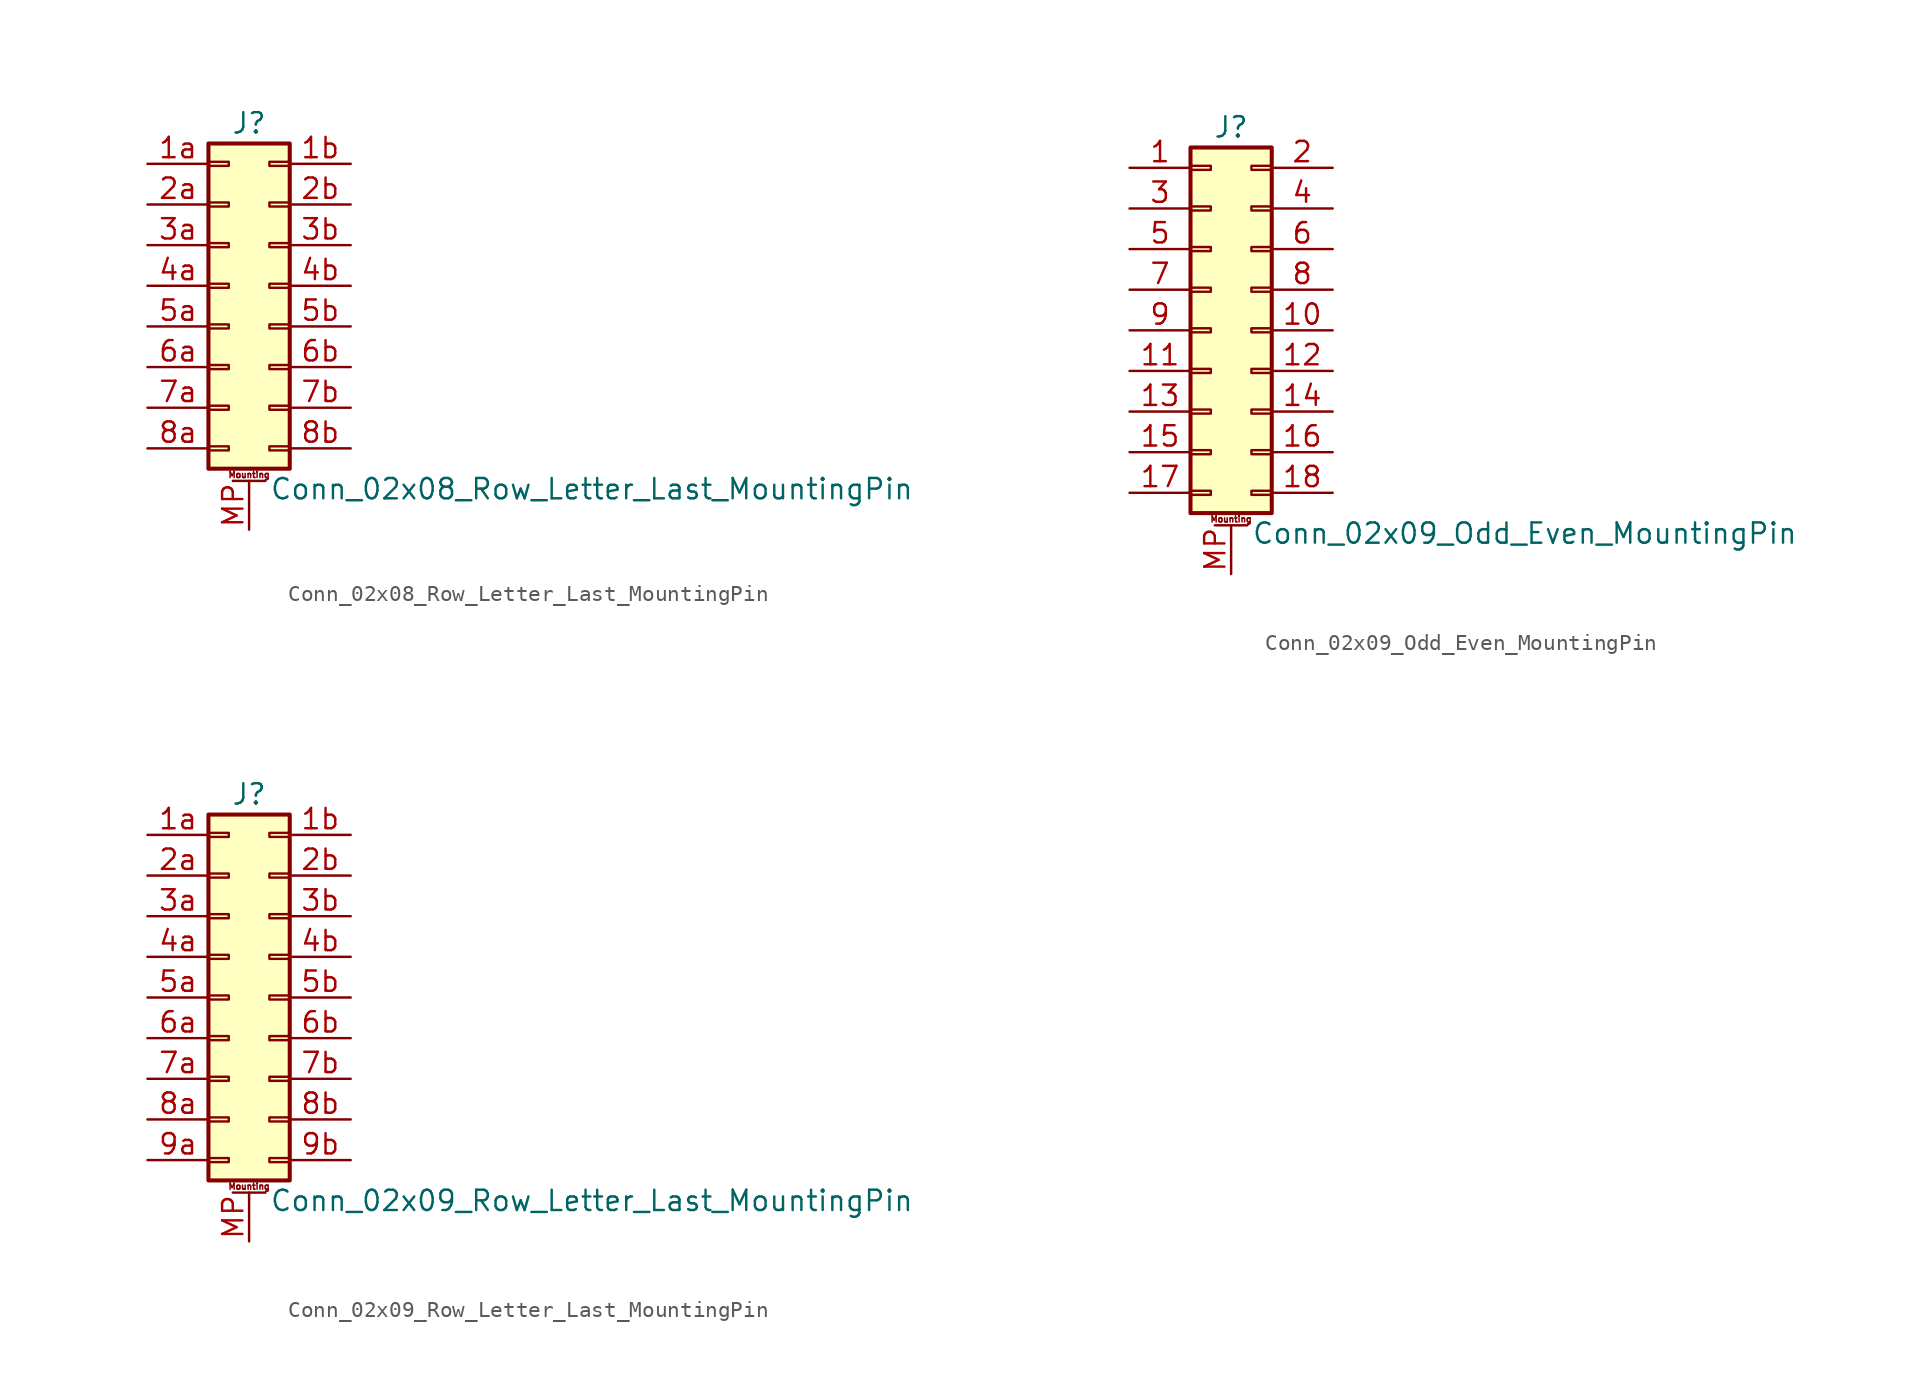
<source format=kicad_sym>
(kicad_symbol_lib
  (version 20201005)
  (generator kicad_symbol_editor)
  (symbol "Connector_Generic_MountingPin:Conn_02x08_Row_Letter_Last_MountingPin"
    (pin_names
      (offset 1.016) hide)
    (property "Reference" "J"
      (at 1.27 10.16 0)
      (effects (font (size 1.27 1.27))))
    (property "Value" "Conn_02x08_Row_Letter_Last_MountingPin"
      (at 2.54 -12.7 0)
      (effects (font (size 1.27 1.27)) (justify left)))
    (symbol "Conn_02x08_Row_Letter_Last_MountingPin_1_1"
      (text "Mounting" (at 1.27 -11.811 0) (effects (font (size 0.381 0.381))))
      (rectangle (start -1.27 -4.953) (end 0 -5.207) (stroke (width 0.152)) (fill (type none)))
      (rectangle (start -1.27 -7.493) (end 0 -7.747) (stroke (width 0.152)) (fill (type none)))
      (rectangle (start -1.27 -10.033) (end 0 -10.287) (stroke (width 0.152)) (fill (type none)))
      (rectangle (start -1.27 -2.413) (end 0 -2.667) (stroke (width 0.152)) (fill (type none)))
      (rectangle (start -1.27 2.667) (end 0 2.413) (stroke (width 0.152)) (fill (type none)))
      (rectangle (start -1.27 5.207) (end 0 4.953) (stroke (width 0.152)) (fill (type none)))
      (rectangle (start -1.27 7.747) (end 0 7.493) (stroke (width 0.152)) (fill (type none)))
      (rectangle (start -1.27 8.89) (end 3.81 -11.43) (stroke (width 0.254)) (fill (type background)))
      (rectangle (start -1.27 0.127) (end 0 -0.127) (stroke (width 0.152)) (fill (type none)))
      (rectangle (start 3.81 -4.953) (end 2.54 -5.207) (stroke (width 0.152)) (fill (type none)))
      (rectangle (start 3.81 -7.493) (end 2.54 -7.747) (stroke (width 0.152)) (fill (type none)))
      (rectangle (start 3.81 -10.033) (end 2.54 -10.287) (stroke (width 0.152)) (fill (type none)))
      (rectangle (start 3.81 -2.413) (end 2.54 -2.667) (stroke (width 0.152)) (fill (type none)))
      (rectangle (start 3.81 2.667) (end 2.54 2.413) (stroke (width 0.152)) (fill (type none)))
      (rectangle (start 3.81 5.207) (end 2.54 4.953) (stroke (width 0.152)) (fill (type none)))
      (rectangle (start 3.81 7.747) (end 2.54 7.493) (stroke (width 0.152)) (fill (type none)))
      (rectangle (start 3.81 0.127) (end 2.54 -0.127) (stroke (width 0.152)) (fill (type none)))
      (polyline (pts (xy 0.254 -12.192) (xy 2.286 -12.192)) (stroke (width 0.152)) (fill (type none)))
      (pin passive line (at 1.27 -15.24 90) (length 3.048) (name "MountPin" (effects (font (size 1.27 1.27)))) (number "MP" (effects (font (size 1.27 1.27)))))
      (pin passive line (at -5.08 7.62 0) (length 3.81) (name "Pin_1a" (effects (font (size 1.27 1.27)))) (number "1a" (effects (font (size 1.27 1.27)))))
      (pin passive line (at 7.62 7.62 180) (length 3.81) (name "Pin_1b" (effects (font (size 1.27 1.27)))) (number "1b" (effects (font (size 1.27 1.27)))))
      (pin passive line (at -5.08 5.08 0) (length 3.81) (name "Pin_2a" (effects (font (size 1.27 1.27)))) (number "2a" (effects (font (size 1.27 1.27)))))
      (pin passive line (at 7.62 5.08 180) (length 3.81) (name "Pin_2b" (effects (font (size 1.27 1.27)))) (number "2b" (effects (font (size 1.27 1.27)))))
      (pin passive line (at -5.08 2.54 0) (length 3.81) (name "Pin_3a" (effects (font (size 1.27 1.27)))) (number "3a" (effects (font (size 1.27 1.27)))))
      (pin passive line (at 7.62 2.54 180) (length 3.81) (name "Pin_3b" (effects (font (size 1.27 1.27)))) (number "3b" (effects (font (size 1.27 1.27)))))
      (pin passive line (at -5.08 0 0) (length 3.81) (name "Pin_4a" (effects (font (size 1.27 1.27)))) (number "4a" (effects (font (size 1.27 1.27)))))
      (pin passive line (at 7.62 0 180) (length 3.81) (name "Pin_4b" (effects (font (size 1.27 1.27)))) (number "4b" (effects (font (size 1.27 1.27)))))
      (pin passive line (at -5.08 -2.54 0) (length 3.81) (name "Pin_5a" (effects (font (size 1.27 1.27)))) (number "5a" (effects (font (size 1.27 1.27)))))
      (pin passive line (at 7.62 -2.54 180) (length 3.81) (name "Pin_5b" (effects (font (size 1.27 1.27)))) (number "5b" (effects (font (size 1.27 1.27)))))
      (pin passive line (at -5.08 -5.08 0) (length 3.81) (name "Pin_6a" (effects (font (size 1.27 1.27)))) (number "6a" (effects (font (size 1.27 1.27)))))
      (pin passive line (at 7.62 -5.08 180) (length 3.81) (name "Pin_6b" (effects (font (size 1.27 1.27)))) (number "6b" (effects (font (size 1.27 1.27)))))
      (pin passive line (at -5.08 -7.62 0) (length 3.81) (name "Pin_7a" (effects (font (size 1.27 1.27)))) (number "7a" (effects (font (size 1.27 1.27)))))
      (pin passive line (at 7.62 -7.62 180) (length 3.81) (name "Pin_7b" (effects (font (size 1.27 1.27)))) (number "7b" (effects (font (size 1.27 1.27)))))
      (pin passive line (at -5.08 -10.16 0) (length 3.81) (name "Pin_8a" (effects (font (size 1.27 1.27)))) (number "8a" (effects (font (size 1.27 1.27)))))
      (pin passive line (at 7.62 -10.16 180) (length 3.81) (name "Pin_8b" (effects (font (size 1.27 1.27)))) (number "8b" (effects (font (size 1.27 1.27)))))))
  (symbol "Connector_Generic_MountingPin:Conn_02x09_Odd_Even_MountingPin"
    (pin_names
      (offset 1.016) hide)
    (property "Reference" "J"
      (at 1.27 12.7 0)
      (effects (font (size 1.27 1.27))))
    (property "Value" "Conn_02x09_Odd_Even_MountingPin"
      (at 2.54 -12.7 0)
      (effects (font (size 1.27 1.27)) (justify left)))
    (symbol "Conn_02x09_Odd_Even_MountingPin_1_1"
      (text "Mounting" (at 1.27 -11.811 0) (effects (font (size 0.381 0.381))))
      (rectangle (start -1.27 -4.953) (end 0 -5.207) (stroke (width 0.152)) (fill (type none)))
      (rectangle (start -1.27 -7.493) (end 0 -7.747) (stroke (width 0.152)) (fill (type none)))
      (rectangle (start -1.27 -10.033) (end 0 -10.287) (stroke (width 0.152)) (fill (type none)))
      (rectangle (start -1.27 -2.413) (end 0 -2.667) (stroke (width 0.152)) (fill (type none)))
      (rectangle (start -1.27 2.667) (end 0 2.413) (stroke (width 0.152)) (fill (type none)))
      (rectangle (start -1.27 5.207) (end 0 4.953) (stroke (width 0.152)) (fill (type none)))
      (rectangle (start -1.27 7.747) (end 0 7.493) (stroke (width 0.152)) (fill (type none)))
      (rectangle (start -1.27 10.287) (end 0 10.033) (stroke (width 0.152)) (fill (type none)))
      (rectangle (start -1.27 11.43) (end 3.81 -11.43) (stroke (width 0.254)) (fill (type background)))
      (rectangle (start -1.27 0.127) (end 0 -0.127) (stroke (width 0.152)) (fill (type none)))
      (rectangle (start 3.81 -4.953) (end 2.54 -5.207) (stroke (width 0.152)) (fill (type none)))
      (rectangle (start 3.81 -7.493) (end 2.54 -7.747) (stroke (width 0.152)) (fill (type none)))
      (rectangle (start 3.81 -10.033) (end 2.54 -10.287) (stroke (width 0.152)) (fill (type none)))
      (rectangle (start 3.81 -2.413) (end 2.54 -2.667) (stroke (width 0.152)) (fill (type none)))
      (rectangle (start 3.81 2.667) (end 2.54 2.413) (stroke (width 0.152)) (fill (type none)))
      (rectangle (start 3.81 5.207) (end 2.54 4.953) (stroke (width 0.152)) (fill (type none)))
      (rectangle (start 3.81 7.747) (end 2.54 7.493) (stroke (width 0.152)) (fill (type none)))
      (rectangle (start 3.81 10.287) (end 2.54 10.033) (stroke (width 0.152)) (fill (type none)))
      (rectangle (start 3.81 0.127) (end 2.54 -0.127) (stroke (width 0.152)) (fill (type none)))
      (polyline (pts (xy 0.254 -12.192) (xy 2.286 -12.192)) (stroke (width 0.152)) (fill (type none)))
      (pin passive line (at 1.27 -15.24 90) (length 3.048) (name "MountPin" (effects (font (size 1.27 1.27)))) (number "MP" (effects (font (size 1.27 1.27)))))
      (pin passive line (at -5.08 10.16 0) (length 3.81) (name "Pin_1" (effects (font (size 1.27 1.27)))) (number "1" (effects (font (size 1.27 1.27)))))
      (pin passive line (at 7.62 0 180) (length 3.81) (name "Pin_10" (effects (font (size 1.27 1.27)))) (number "10" (effects (font (size 1.27 1.27)))))
      (pin passive line (at -5.08 -2.54 0) (length 3.81) (name "Pin_11" (effects (font (size 1.27 1.27)))) (number "11" (effects (font (size 1.27 1.27)))))
      (pin passive line (at 7.62 -2.54 180) (length 3.81) (name "Pin_12" (effects (font (size 1.27 1.27)))) (number "12" (effects (font (size 1.27 1.27)))))
      (pin passive line (at -5.08 -5.08 0) (length 3.81) (name "Pin_13" (effects (font (size 1.27 1.27)))) (number "13" (effects (font (size 1.27 1.27)))))
      (pin passive line (at 7.62 -5.08 180) (length 3.81) (name "Pin_14" (effects (font (size 1.27 1.27)))) (number "14" (effects (font (size 1.27 1.27)))))
      (pin passive line (at -5.08 -7.62 0) (length 3.81) (name "Pin_15" (effects (font (size 1.27 1.27)))) (number "15" (effects (font (size 1.27 1.27)))))
      (pin passive line (at 7.62 -7.62 180) (length 3.81) (name "Pin_16" (effects (font (size 1.27 1.27)))) (number "16" (effects (font (size 1.27 1.27)))))
      (pin passive line (at -5.08 -10.16 0) (length 3.81) (name "Pin_17" (effects (font (size 1.27 1.27)))) (number "17" (effects (font (size 1.27 1.27)))))
      (pin passive line (at 7.62 -10.16 180) (length 3.81) (name "Pin_18" (effects (font (size 1.27 1.27)))) (number "18" (effects (font (size 1.27 1.27)))))
      (pin passive line (at 7.62 10.16 180) (length 3.81) (name "Pin_2" (effects (font (size 1.27 1.27)))) (number "2" (effects (font (size 1.27 1.27)))))
      (pin passive line (at -5.08 7.62 0) (length 3.81) (name "Pin_3" (effects (font (size 1.27 1.27)))) (number "3" (effects (font (size 1.27 1.27)))))
      (pin passive line (at 7.62 7.62 180) (length 3.81) (name "Pin_4" (effects (font (size 1.27 1.27)))) (number "4" (effects (font (size 1.27 1.27)))))
      (pin passive line (at -5.08 5.08 0) (length 3.81) (name "Pin_5" (effects (font (size 1.27 1.27)))) (number "5" (effects (font (size 1.27 1.27)))))
      (pin passive line (at 7.62 5.08 180) (length 3.81) (name "Pin_6" (effects (font (size 1.27 1.27)))) (number "6" (effects (font (size 1.27 1.27)))))
      (pin passive line (at -5.08 2.54 0) (length 3.81) (name "Pin_7" (effects (font (size 1.27 1.27)))) (number "7" (effects (font (size 1.27 1.27)))))
      (pin passive line (at 7.62 2.54 180) (length 3.81) (name "Pin_8" (effects (font (size 1.27 1.27)))) (number "8" (effects (font (size 1.27 1.27)))))
      (pin passive line (at -5.08 0 0) (length 3.81) (name "Pin_9" (effects (font (size 1.27 1.27)))) (number "9" (effects (font (size 1.27 1.27)))))))
  (symbol "Connector_Generic_MountingPin:Conn_02x09_Row_Letter_Last_MountingPin"
    (pin_names
      (offset 1.016) hide)
    (property "Reference" "J"
      (at 1.27 12.7 0)
      (effects (font (size 1.27 1.27))))
    (property "Value" "Conn_02x09_Row_Letter_Last_MountingPin"
      (at 2.54 -12.7 0)
      (effects (font (size 1.27 1.27)) (justify left)))
    (symbol "Conn_02x09_Row_Letter_Last_MountingPin_1_1"
      (text "Mounting" (at 1.27 -11.811 0) (effects (font (size 0.381 0.381))))
      (rectangle (start -1.27 -4.953) (end 0 -5.207) (stroke (width 0.152)) (fill (type none)))
      (rectangle (start -1.27 -7.493) (end 0 -7.747) (stroke (width 0.152)) (fill (type none)))
      (rectangle (start -1.27 -10.033) (end 0 -10.287) (stroke (width 0.152)) (fill (type none)))
      (rectangle (start -1.27 -2.413) (end 0 -2.667) (stroke (width 0.152)) (fill (type none)))
      (rectangle (start -1.27 2.667) (end 0 2.413) (stroke (width 0.152)) (fill (type none)))
      (rectangle (start -1.27 5.207) (end 0 4.953) (stroke (width 0.152)) (fill (type none)))
      (rectangle (start -1.27 7.747) (end 0 7.493) (stroke (width 0.152)) (fill (type none)))
      (rectangle (start -1.27 10.287) (end 0 10.033) (stroke (width 0.152)) (fill (type none)))
      (rectangle (start -1.27 11.43) (end 3.81 -11.43) (stroke (width 0.254)) (fill (type background)))
      (rectangle (start -1.27 0.127) (end 0 -0.127) (stroke (width 0.152)) (fill (type none)))
      (rectangle (start 3.81 -4.953) (end 2.54 -5.207) (stroke (width 0.152)) (fill (type none)))
      (rectangle (start 3.81 -7.493) (end 2.54 -7.747) (stroke (width 0.152)) (fill (type none)))
      (rectangle (start 3.81 -10.033) (end 2.54 -10.287) (stroke (width 0.152)) (fill (type none)))
      (rectangle (start 3.81 -2.413) (end 2.54 -2.667) (stroke (width 0.152)) (fill (type none)))
      (rectangle (start 3.81 2.667) (end 2.54 2.413) (stroke (width 0.152)) (fill (type none)))
      (rectangle (start 3.81 5.207) (end 2.54 4.953) (stroke (width 0.152)) (fill (type none)))
      (rectangle (start 3.81 7.747) (end 2.54 7.493) (stroke (width 0.152)) (fill (type none)))
      (rectangle (start 3.81 10.287) (end 2.54 10.033) (stroke (width 0.152)) (fill (type none)))
      (rectangle (start 3.81 0.127) (end 2.54 -0.127) (stroke (width 0.152)) (fill (type none)))
      (polyline (pts (xy 0.254 -12.192) (xy 2.286 -12.192)) (stroke (width 0.152)) (fill (type none)))
      (pin passive line (at 1.27 -15.24 90) (length 3.048) (name "MountPin" (effects (font (size 1.27 1.27)))) (number "MP" (effects (font (size 1.27 1.27)))))
      (pin passive line (at -5.08 10.16 0) (length 3.81) (name "Pin_1a" (effects (font (size 1.27 1.27)))) (number "1a" (effects (font (size 1.27 1.27)))))
      (pin passive line (at 7.62 10.16 180) (length 3.81) (name "Pin_1b" (effects (font (size 1.27 1.27)))) (number "1b" (effects (font (size 1.27 1.27)))))
      (pin passive line (at -5.08 7.62 0) (length 3.81) (name "Pin_2a" (effects (font (size 1.27 1.27)))) (number "2a" (effects (font (size 1.27 1.27)))))
      (pin passive line (at 7.62 7.62 180) (length 3.81) (name "Pin_2b" (effects (font (size 1.27 1.27)))) (number "2b" (effects (font (size 1.27 1.27)))))
      (pin passive line (at -5.08 5.08 0) (length 3.81) (name "Pin_3a" (effects (font (size 1.27 1.27)))) (number "3a" (effects (font (size 1.27 1.27)))))
      (pin passive line (at 7.62 5.08 180) (length 3.81) (name "Pin_3b" (effects (font (size 1.27 1.27)))) (number "3b" (effects (font (size 1.27 1.27)))))
      (pin passive line (at -5.08 2.54 0) (length 3.81) (name "Pin_4a" (effects (font (size 1.27 1.27)))) (number "4a" (effects (font (size 1.27 1.27)))))
      (pin passive line (at 7.62 2.54 180) (length 3.81) (name "Pin_4b" (effects (font (size 1.27 1.27)))) (number "4b" (effects (font (size 1.27 1.27)))))
      (pin passive line (at -5.08 0 0) (length 3.81) (name "Pin_5a" (effects (font (size 1.27 1.27)))) (number "5a" (effects (font (size 1.27 1.27)))))
      (pin passive line (at 7.62 0 180) (length 3.81) (name "Pin_5b" (effects (font (size 1.27 1.27)))) (number "5b" (effects (font (size 1.27 1.27)))))
      (pin passive line (at -5.08 -2.54 0) (length 3.81) (name "Pin_6a" (effects (font (size 1.27 1.27)))) (number "6a" (effects (font (size 1.27 1.27)))))
      (pin passive line (at 7.62 -2.54 180) (length 3.81) (name "Pin_6b" (effects (font (size 1.27 1.27)))) (number "6b" (effects (font (size 1.27 1.27)))))
      (pin passive line (at -5.08 -5.08 0) (length 3.81) (name "Pin_7a" (effects (font (size 1.27 1.27)))) (number "7a" (effects (font (size 1.27 1.27)))))
      (pin passive line (at 7.62 -5.08 180) (length 3.81) (name "Pin_7b" (effects (font (size 1.27 1.27)))) (number "7b" (effects (font (size 1.27 1.27)))))
      (pin passive line (at -5.08 -7.62 0) (length 3.81) (name "Pin_8a" (effects (font (size 1.27 1.27)))) (number "8a" (effects (font (size 1.27 1.27)))))
      (pin passive line (at 7.62 -7.62 180) (length 3.81) (name "Pin_8b" (effects (font (size 1.27 1.27)))) (number "8b" (effects (font (size 1.27 1.27)))))
      (pin passive line (at -5.08 -10.16 0) (length 3.81) (name "Pin_9a" (effects (font (size 1.27 1.27)))) (number "9a" (effects (font (size 1.27 1.27)))))
      (pin passive line (at 7.62 -10.16 180) (length 3.81) (name "Pin_9b" (effects (font (size 1.27 1.27)))) (number "9b" (effects (font (size 1.27 1.27))))))))
</source>
